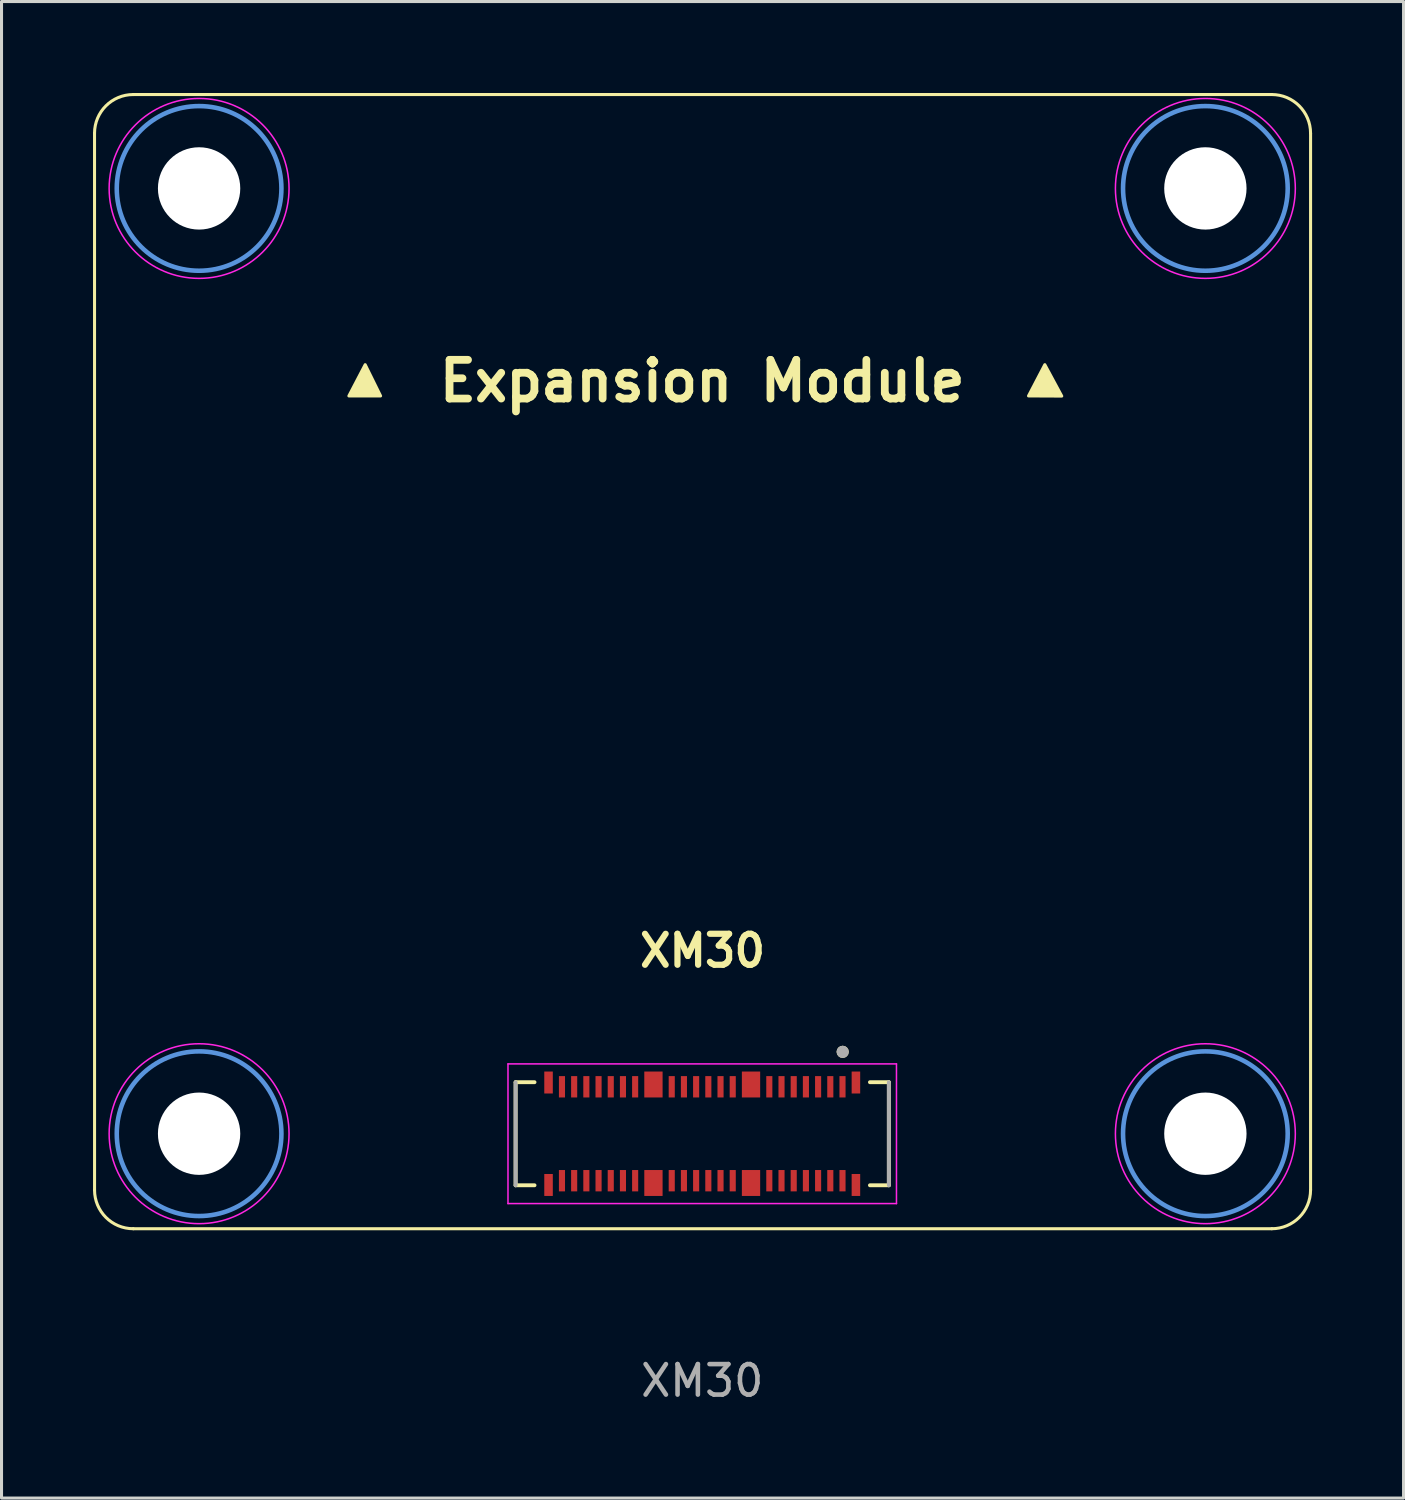
<source format=kicad_pcb>
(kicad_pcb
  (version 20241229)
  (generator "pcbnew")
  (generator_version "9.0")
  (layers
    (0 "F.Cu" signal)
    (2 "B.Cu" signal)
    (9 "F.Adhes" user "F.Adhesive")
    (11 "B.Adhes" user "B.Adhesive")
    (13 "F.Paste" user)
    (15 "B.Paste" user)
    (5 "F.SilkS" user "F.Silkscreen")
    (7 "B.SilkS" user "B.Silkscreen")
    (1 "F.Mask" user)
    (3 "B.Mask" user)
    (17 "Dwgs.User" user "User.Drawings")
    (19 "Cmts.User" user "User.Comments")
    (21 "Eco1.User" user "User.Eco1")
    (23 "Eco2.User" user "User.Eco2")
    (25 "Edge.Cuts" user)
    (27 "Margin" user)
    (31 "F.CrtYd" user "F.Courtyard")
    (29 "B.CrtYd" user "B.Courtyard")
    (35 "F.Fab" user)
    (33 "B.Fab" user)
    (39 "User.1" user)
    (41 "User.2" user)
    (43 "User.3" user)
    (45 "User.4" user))
  (footprint "XM30"
    (layer "F.Cu")
    (at 19.979 34.129)
    (property "Reference" "XM30" (at 0.01 -6 0) (unlocked yes) (layer "F.SilkS") (effects (font (size 1.016 1.016) (thickness 0.203) (bold yes))))
    (attr smd)
    (fp_rect (start -5.23 -2.089) (end -4.85 -1.269) (stroke (width 0.01) (type solid)) (fill yes) (layer "F.Mask"))
    (fp_rect (start -5.23 1.271) (end -4.85 2.091) (stroke (width 0.01) (type solid)) (fill yes) (layer "F.Mask"))
    (fp_rect (start -4.75 -1.939) (end -4.45 -1.139) (stroke (width 0.01) (type solid)) (fill yes) (layer "F.Mask"))
    (fp_rect (start -4.75 1.141) (end -4.45 1.941) (stroke (width 0.01) (type solid)) (fill yes) (layer "F.Mask"))
    (fp_rect (start -4.35 -1.939) (end -4.05 -1.139) (stroke (width 0.01) (type solid)) (fill yes) (layer "F.Mask"))
    (fp_rect (start -4.35 1.141) (end -4.05 1.941) (stroke (width 0.01) (type solid)) (fill yes) (layer "F.Mask"))
    (fp_rect (start -3.95 -1.939) (end -3.65 -1.139) (stroke (width 0.01) (type solid)) (fill yes) (layer "F.Mask"))
    (fp_rect (start -3.95 1.141) (end -3.65 1.941) (stroke (width 0.01) (type solid)) (fill yes) (layer "F.Mask"))
    (fp_rect (start -3.55 -1.939) (end -3.25 -1.139) (stroke (width 0.01) (type solid)) (fill yes) (layer "F.Mask"))
    (fp_rect (start -3.55 1.141) (end -3.25 1.941) (stroke (width 0.01) (type solid)) (fill yes) (layer "F.Mask"))
    (fp_rect (start -3.15 -1.939) (end -2.85 -1.139) (stroke (width 0.01) (type solid)) (fill yes) (layer "F.Mask"))
    (fp_rect (start -3.15 1.141) (end -2.85 1.941) (stroke (width 0.01) (type solid)) (fill yes) (layer "F.Mask"))
    (fp_rect (start -2.75 -1.939) (end -2.45 -1.139) (stroke (width 0.01) (type solid)) (fill yes) (layer "F.Mask"))
    (fp_rect (start -2.75 1.141) (end -2.45 1.941) (stroke (width 0.01) (type solid)) (fill yes) (layer "F.Mask"))
    (fp_rect (start -2.35 -1.939) (end -2.05 -1.139) (stroke (width 0.01) (type solid)) (fill yes) (layer "F.Mask"))
    (fp_rect (start -2.35 1.141) (end -2.05 1.941) (stroke (width 0.01) (type solid)) (fill yes) (layer "F.Mask"))
    (fp_rect (start -1.95 -2.089) (end -1.25 -1.139) (stroke (width 0.01) (type solid)) (fill yes) (layer "F.Mask"))
    (fp_rect (start -1.95 1.141) (end -1.25 2.091) (stroke (width 0.01) (type solid)) (fill yes) (layer "F.Mask"))
    (fp_rect (start -1.15 -1.939) (end -0.85 -1.139) (stroke (width 0.01) (type solid)) (fill yes) (layer "F.Mask"))
    (fp_rect (start -1.15 1.141) (end -0.85 1.941) (stroke (width 0.01) (type solid)) (fill yes) (layer "F.Mask"))
    (fp_rect (start -0.75 -1.939) (end -0.45 -1.139) (stroke (width 0.01) (type solid)) (fill yes) (layer "F.Mask"))
    (fp_rect (start -0.75 1.141) (end -0.45 1.941) (stroke (width 0.01) (type solid)) (fill yes) (layer "F.Mask"))
    (fp_rect (start -0.35 -1.939) (end -0.05 -1.139) (stroke (width 0.01) (type solid)) (fill yes) (layer "F.Mask"))
    (fp_rect (start -0.35 1.141) (end -0.05 1.941) (stroke (width 0.01) (type solid)) (fill yes) (layer "F.Mask"))
    (fp_rect (start 0.05 -1.939) (end 0.35 -1.139) (stroke (width 0.01) (type solid)) (fill yes) (layer "F.Mask"))
    (fp_rect (start 0.05 1.141) (end 0.35 1.941) (stroke (width 0.01) (type solid)) (fill yes) (layer "F.Mask"))
    (fp_rect (start 0.45 -1.939) (end 0.75 -1.139) (stroke (width 0.01) (type solid)) (fill yes) (layer "F.Mask"))
    (fp_rect (start 0.45 1.141) (end 0.75 1.941) (stroke (width 0.01) (type solid)) (fill yes) (layer "F.Mask"))
    (fp_rect (start 0.85 -1.939) (end 1.15 -1.139) (stroke (width 0.01) (type solid)) (fill yes) (layer "F.Mask"))
    (fp_rect (start 0.85 1.141) (end 1.15 1.941) (stroke (width 0.01) (type solid)) (fill yes) (layer "F.Mask"))
    (fp_rect (start 1.25 -2.089) (end 1.95 -1.139) (stroke (width 0.01) (type solid)) (fill yes) (layer "F.Mask"))
    (fp_rect (start 1.25 1.141) (end 1.95 2.091) (stroke (width 0.01) (type solid)) (fill yes) (layer "F.Mask"))
    (fp_rect (start 2.05 -1.939) (end 2.35 -1.139) (stroke (width 0.01) (type solid)) (fill yes) (layer "F.Mask"))
    (fp_rect (start 2.05 1.141) (end 2.35 1.941) (stroke (width 0.01) (type solid)) (fill yes) (layer "F.Mask"))
    (fp_rect (start 2.45 -1.939) (end 2.75 -1.139) (stroke (width 0.01) (type solid)) (fill yes) (layer "F.Mask"))
    (fp_rect (start 2.45 1.141) (end 2.75 1.941) (stroke (width 0.01) (type solid)) (fill yes) (layer "F.Mask"))
    (fp_rect (start 2.85 -1.939) (end 3.15 -1.139) (stroke (width 0.01) (type solid)) (fill yes) (layer "F.Mask"))
    (fp_rect (start 2.85 1.141) (end 3.15 1.941) (stroke (width 0.01) (type solid)) (fill yes) (layer "F.Mask"))
    (fp_rect (start 3.25 -1.939) (end 3.55 -1.139) (stroke (width 0.01) (type solid)) (fill yes) (layer "F.Mask"))
    (fp_rect (start 3.25 1.141) (end 3.55 1.941) (stroke (width 0.01) (type solid)) (fill yes) (layer "F.Mask"))
    (fp_rect (start 3.65 -1.939) (end 3.95 -1.139) (stroke (width 0.01) (type solid)) (fill yes) (layer "F.Mask"))
    (fp_rect (start 3.65 1.141) (end 3.95 1.941) (stroke (width 0.01) (type solid)) (fill yes) (layer "F.Mask"))
    (fp_rect (start 4.05 -1.939) (end 4.35 -1.139) (stroke (width 0.01) (type solid)) (fill yes) (layer "F.Mask"))
    (fp_rect (start 4.05 1.141) (end 4.35 1.941) (stroke (width 0.01) (type solid)) (fill yes) (layer "F.Mask"))
    (fp_rect (start 4.45 -1.939) (end 4.75 -1.139) (stroke (width 0.01) (type solid)) (fill yes) (layer "F.Mask"))
    (fp_rect (start 4.45 1.141) (end 4.75 1.941) (stroke (width 0.01) (type solid)) (fill yes) (layer "F.Mask"))
    (fp_rect (start 4.85 -2.089) (end 5.23 -1.269) (stroke (width 0.01) (type solid)) (fill yes) (layer "F.Mask"))
    (fp_rect (start 4.85 1.271) (end 5.23 2.091) (stroke (width 0.01) (type solid)) (fill yes) (layer "F.Mask"))
    (fp_line (start -19.928 1.846) (end -19.929 -32.809) (stroke (width 0.1) (type default)) (layer "F.SilkS"))
    (fp_line (start -18.659 -34.079) (end 18.68 -34.079) (stroke (width 0.1) (type default)) (layer "F.SilkS"))
    (fp_line (start -6.12 -1.689) (end -5.5 -1.689) (stroke (width 0.127) (type solid)) (layer "F.SilkS"))
    (fp_line (start -6.12 1.691) (end -6.12 -1.689) (stroke (width 0.127) (type solid)) (layer "F.SilkS"))
    (fp_line (start -5.5 1.691) (end -6.12 1.691) (stroke (width 0.127) (type solid)) (layer "F.SilkS"))
    (fp_line (start 5.5 1.691) (end 6.12 1.691) (stroke (width 0.127) (type solid)) (layer "F.SilkS"))
    (fp_line (start 6.12 -1.689) (end 5.5 -1.689) (stroke (width 0.127) (type solid)) (layer "F.SilkS"))
    (fp_line (start 6.12 1.691) (end 6.12 -1.689) (stroke (width 0.127) (type solid)) (layer "F.SilkS"))
    (fp_line (start 18.68 3.116) (end -18.658 3.116) (stroke (width 0.1) (type default)) (layer "F.SilkS"))
    (fp_line (start 19.95 -32.809) (end 19.95 1.846) (stroke (width 0.1) (type default)) (layer "F.SilkS"))
    (fp_arc (start -19.928971 -32.808532) (mid -19.556997 -33.706558) (end -18.658971 -34.078532) (stroke (width 0.1) (type default)) (layer "F.SilkS"))
    (fp_arc (start -18.658472 3.115818) (mid -19.556498 2.743844) (end -19.928472 1.845818) (stroke (width 0.1) (type default)) (layer "F.SilkS"))
    (fp_arc (start 18.679528 -34.078515) (mid 19.577561 -33.706547) (end 19.949528 -32.808515) (stroke (width 0.1) (type default)) (layer "F.SilkS"))
    (fp_arc (start 19.949528 1.845818) (mid 19.577546 2.743824) (end 18.679528 3.115818) (stroke (width 0.1) (type default)) (layer "F.SilkS"))
    (fp_circle (center 4.606 -2.685) (end 4.706 -2.685) (stroke (width 0.2) (type solid)) (fill no) (layer "F.SilkS"))
    (fp_poly (pts (xy -11.588 -24.195) (xy -11.053 -25.22) (xy -10.548 -24.195)) (stroke (width 0.1) (type solid)) (fill yes) (layer "F.SilkS"))
    (fp_poly (pts (xy 10.7 -24.195) (xy 11.235 -25.22) (xy 11.79 -24.19)) (stroke (width 0.1) (type solid)) (fill yes) (layer "F.SilkS"))
    (fp_circle (center -16.5 -31) (end -13.8 -31) (stroke (width 0.15) (type solid)) (fill no) (layer "Cmts.User"))
    (fp_circle (center -16.5 0) (end -13.8 0) (stroke (width 0.15) (type solid)) (fill no) (layer "Cmts.User"))
    (fp_circle (center 16.5 -31) (end 19.2 -31) (stroke (width 0.15) (type solid)) (fill no) (layer "Cmts.User"))
    (fp_circle (center 16.5 0) (end 19.2 0) (stroke (width 0.15) (type solid)) (fill no) (layer "Cmts.User"))
    (fp_line (start -6.37 -2.289) (end 6.37 -2.289) (stroke (width 0.05) (type solid)) (layer "F.CrtYd"))
    (fp_line (start -6.37 2.291) (end -6.37 -2.289) (stroke (width 0.05) (type solid)) (layer "F.CrtYd"))
    (fp_line (start 6.37 -2.289) (end 6.37 2.291) (stroke (width 0.05) (type solid)) (layer "F.CrtYd"))
    (fp_line (start 6.37 2.291) (end -6.37 2.291) (stroke (width 0.05) (type solid)) (layer "F.CrtYd"))
    (fp_circle (center -16.5 -31) (end -13.55 -31) (stroke (width 0.05) (type solid)) (fill no) (layer "F.CrtYd"))
    (fp_circle (center -16.5 0) (end -13.55 0) (stroke (width 0.05) (type solid)) (fill no) (layer "F.CrtYd"))
    (fp_circle (center 16.5 -31) (end 19.45 -31) (stroke (width 0.05) (type solid)) (fill no) (layer "F.CrtYd"))
    (fp_circle (center 16.5 0) (end 19.45 0) (stroke (width 0.05) (type solid)) (fill no) (layer "F.CrtYd"))
    (fp_line (start -6.12 1.691) (end -6.12 -1.689) (stroke (width 0.127) (type solid)) (layer "F.Fab"))
    (fp_line (start 6.12 -1.689) (end 6.12 1.691) (stroke (width 0.127) (type solid)) (layer "F.Fab"))
    (fp_circle (center 4.606 -2.685) (end 4.706 -2.685) (stroke (width 0.2) (type solid)) (fill no) (layer "F.Fab"))
    (fp_text user "Expansion Module" (at -8.755 -23.94 0) (unlocked yes) (layer "F.SilkS") (effects (font (size 1.27 1.27) (thickness 0.254) (bold yes)) (justify left bottom)))
    (fp_text user "${REFERENCE}" (at 0 8.1 0) (unlocked yes) (layer "F.Fab") (effects (font (size 1 1) (thickness 0.15))))
    (pad "" np_thru_hole circle (at -16.5 -31) (size 2.7 2.7) (drill 2.7) (layers "*.Cu" "*.Mask"))
    (pad "" np_thru_hole circle (at -16.5 0) (size 2.7 2.7) (drill 2.7) (layers "*.Cu" "*.Mask"))
    (pad "" np_thru_hole circle (at 16.5 -31) (size 2.7 2.7) (drill 2.7) (layers "*.Cu" "*.Mask"))
    (pad "" np_thru_hole circle (at 16.5 0) (size 2.7 2.7) (drill 2.7) (layers "*.Cu" "*.Mask"))
    (pad "1" smd rect (at 4.6 -1.539 180) (size 0.2 0.7) (layers "F.Cu" "F.Paste"))
    (pad "2" smd rect (at 4.6 1.541 180) (size 0.2 0.7) (layers "F.Cu" "F.Paste"))
    (pad "3" smd rect (at 4.2 -1.539 180) (size 0.2 0.7) (layers "F.Cu" "F.Paste"))
    (pad "4" smd rect (at 4.2 1.541 180) (size 0.2 0.7) (layers "F.Cu" "F.Paste"))
    (pad "5" smd rect (at 3.8 -1.539 180) (size 0.2 0.7) (layers "F.Cu" "F.Paste"))
    (pad "6" smd rect (at 3.8 1.541 180) (size 0.2 0.7) (layers "F.Cu" "F.Paste"))
    (pad "7" smd rect (at 3.4 -1.539 180) (size 0.2 0.7) (layers "F.Cu" "F.Paste"))
    (pad "8" smd rect (at 3.4 1.541 180) (size 0.2 0.7) (layers "F.Cu" "F.Paste"))
    (pad "9" smd rect (at 3 -1.539 180) (size 0.2 0.7) (layers "F.Cu" "F.Paste"))
    (pad "10" smd rect (at 3 1.541 180) (size 0.2 0.7) (layers "F.Cu" "F.Paste"))
    (pad "11" smd rect (at 2.6 -1.539 180) (size 0.2 0.7) (layers "F.Cu" "F.Paste"))
    (pad "12" smd rect (at 2.6 1.541 180) (size 0.2 0.7) (layers "F.Cu" "F.Paste"))
    (pad "13" smd rect (at 2.2 -1.539 180) (size 0.2 0.7) (layers "F.Cu" "F.Paste"))
    (pad "14" smd rect (at 2.2 1.541 180) (size 0.2 0.7) (layers "F.Cu" "F.Paste"))
    (pad "15" smd rect (at 1 -1.539 180) (size 0.2 0.7) (layers "F.Cu" "F.Paste"))
    (pad "16" smd rect (at 1 1.541 180) (size 0.2 0.7) (layers "F.Cu" "F.Paste"))
    (pad "17" smd rect (at 0.6 -1.539 180) (size 0.2 0.7) (layers "F.Cu" "F.Paste"))
    (pad "18" smd rect (at 0.6 1.541 180) (size 0.2 0.7) (layers "F.Cu" "F.Paste"))
    (pad "19" smd rect (at 0.2 -1.539 180) (size 0.2 0.7) (layers "F.Cu" "F.Paste"))
    (pad "20" smd rect (at 0.2 1.541 180) (size 0.2 0.7) (layers "F.Cu" "F.Paste"))
    (pad "21" smd rect (at -0.2 -1.539 180) (size 0.2 0.7) (layers "F.Cu" "F.Paste"))
    (pad "22" smd rect (at -0.2 1.541 180) (size 0.2 0.7) (layers "F.Cu" "F.Paste"))
    (pad "23" smd rect (at -0.6 -1.539 180) (size 0.2 0.7) (layers "F.Cu" "F.Paste"))
    (pad "24" smd rect (at -0.6 1.541 180) (size 0.2 0.7) (layers "F.Cu" "F.Paste"))
    (pad "25" smd rect (at -1 -1.539 180) (size 0.2 0.7) (layers "F.Cu" "F.Paste"))
    (pad "26" smd rect (at -1 1.541 180) (size 0.2 0.7) (layers "F.Cu" "F.Paste"))
    (pad "27" smd rect (at -2.2 -1.539 180) (size 0.2 0.7) (layers "F.Cu" "F.Paste"))
    (pad "28" smd rect (at -2.2 1.541 180) (size 0.2 0.7) (layers "F.Cu" "F.Paste"))
    (pad "29" smd rect (at -2.6 -1.539 180) (size 0.2 0.7) (layers "F.Cu" "F.Paste"))
    (pad "30" smd rect (at -2.6 1.541 180) (size 0.2 0.7) (layers "F.Cu" "F.Paste"))
    (pad "31" smd rect (at -3 -1.539 180) (size 0.2 0.7) (layers "F.Cu" "F.Paste"))
    (pad "32" smd rect (at -3 1.541 180) (size 0.2 0.7) (layers "F.Cu" "F.Paste"))
    (pad "33" smd rect (at -3.4 -1.539 180) (size 0.2 0.7) (layers "F.Cu" "F.Paste"))
    (pad "34" smd rect (at -3.4 1.541 180) (size 0.2 0.7) (layers "F.Cu" "F.Paste"))
    (pad "35" smd rect (at -3.8 -1.539 180) (size 0.2 0.7) (layers "F.Cu" "F.Paste"))
    (pad "36" smd rect (at -3.8 1.541 180) (size 0.2 0.7) (layers "F.Cu" "F.Paste"))
    (pad "37" smd rect (at -4.2 -1.539 180) (size 0.2 0.7) (layers "F.Cu" "F.Paste"))
    (pad "38" smd rect (at -4.2 1.541 180) (size 0.2 0.7) (layers "F.Cu" "F.Paste"))
    (pad "39" smd rect (at -4.6 -1.539 180) (size 0.2 0.7) (layers "F.Cu" "F.Paste"))
    (pad "40" smd rect (at -4.6 1.541 180) (size 0.2 0.7) (layers "F.Cu" "F.Paste"))
    (pad "G1" smd rect (at 5.04 -1.679 180) (size 0.28 0.72) (layers "F.Cu" "F.Paste"))
    (pad "G2" smd rect (at 5.04 1.681 180) (size 0.28 0.72) (layers "F.Cu" "F.Paste"))
    (pad "G3" smd rect (at 1.6 -1.614 180) (size 0.6 0.85) (layers "F.Cu" "F.Paste"))
    (pad "G4" smd rect (at 1.6 1.616 180) (size 0.6 0.85) (layers "F.Cu" "F.Paste"))
    (pad "G5" smd rect (at -1.6 -1.614 180) (size 0.6 0.85) (layers "F.Cu" "F.Paste"))
    (pad "G6" smd rect (at -1.6 1.616 180) (size 0.6 0.85) (layers "F.Cu" "F.Paste"))
    (pad "G7" smd rect (at -5.04 -1.679 180) (size 0.28 0.72) (layers "F.Cu" "F.Paste"))
    (pad "G8" smd rect (at -5.04 1.681 180) (size 0.28 0.72) (layers "F.Cu" "F.Paste"))
    (zone (net_name "") (layer "F.Cu") (hatch full 0.508) (connect_pads) (min_thickness 0.01) (filled_areas_thickness no) (keepout (tracks not_allowed) (vias not_allowed) (pads not_allowed) (copperpour not_allowed) (footprints allowed)) (placement (enabled no)) (fill) (polygon (pts (xy 15.479 33.379) (xy 15.279 33.379) (xy 15.279 32.939) (xy 15.479 32.939))))
    (zone (net_name "") (layer "F.Cu") (hatch full 0.508) (connect_pads) (min_thickness 0.01) (filled_areas_thickness no) (keepout (tracks not_allowed) (vias not_allowed) (pads not_allowed) (copperpour not_allowed) (footprints allowed)) (placement (enabled no)) (fill) (polygon (pts (xy 15.479 35.319) (xy 15.279 35.319) (xy 15.279 34.879) (xy 15.479 34.879))))
    (zone (net_name "") (layer "F.Cu") (hatch full 0.508) (connect_pads) (min_thickness 0.01) (filled_areas_thickness no) (keepout (tracks not_allowed) (vias not_allowed) (pads not_allowed) (copperpour not_allowed) (footprints allowed)) (placement (enabled no)) (fill) (polygon (pts (xy 15.879 33.379) (xy 15.679 33.379) (xy 15.679 32.939) (xy 15.879 32.939))))
    (zone (net_name "") (layer "F.Cu") (hatch full 0.508) (connect_pads) (min_thickness 0.01) (filled_areas_thickness no) (keepout (tracks not_allowed) (vias not_allowed) (pads not_allowed) (copperpour not_allowed) (footprints allowed)) (placement (enabled no)) (fill) (polygon (pts (xy 15.879 35.319) (xy 15.679 35.319) (xy 15.679 34.879) (xy 15.879 34.879))))
    (zone (net_name "") (layer "F.Cu") (hatch full 0.508) (connect_pads) (min_thickness 0.01) (filled_areas_thickness no) (keepout (tracks not_allowed) (vias not_allowed) (pads not_allowed) (copperpour not_allowed) (footprints allowed)) (placement (enabled no)) (fill) (polygon (pts (xy 16.279 33.379) (xy 16.079 33.379) (xy 16.079 32.939) (xy 16.279 32.939))))
    (zone (net_name "") (layer "F.Cu") (hatch full 0.508) (connect_pads) (min_thickness 0.01) (filled_areas_thickness no) (keepout (tracks not_allowed) (vias not_allowed) (pads not_allowed) (copperpour not_allowed) (footprints allowed)) (placement (enabled no)) (fill) (polygon (pts (xy 16.279 35.319) (xy 16.079 35.319) (xy 16.079 34.879) (xy 16.279 34.879))))
    (zone (net_name "") (layer "F.Cu") (hatch full 0.508) (connect_pads) (min_thickness 0.01) (filled_areas_thickness no) (keepout (tracks not_allowed) (vias not_allowed) (pads not_allowed) (copperpour not_allowed) (footprints allowed)) (placement (enabled no)) (fill) (polygon (pts (xy 16.679 33.379) (xy 16.479 33.379) (xy 16.479 32.939) (xy 16.679 32.939))))
    (zone (net_name "") (layer "F.Cu") (hatch full 0.508) (connect_pads) (min_thickness 0.01) (filled_areas_thickness no) (keepout (tracks not_allowed) (vias not_allowed) (pads not_allowed) (copperpour not_allowed) (footprints allowed)) (placement (enabled no)) (fill) (polygon (pts (xy 16.679 35.319) (xy 16.479 35.319) (xy 16.479 34.879) (xy 16.679 34.879))))
    (zone (net_name "") (layer "F.Cu") (hatch full 0.508) (connect_pads) (min_thickness 0.01) (filled_areas_thickness no) (keepout (tracks not_allowed) (vias not_allowed) (pads not_allowed) (copperpour not_allowed) (footprints allowed)) (placement (enabled no)) (fill) (polygon (pts (xy 17.079 33.379) (xy 16.879 33.379) (xy 16.879 32.939) (xy 17.079 32.939))))
    (zone (net_name "") (layer "F.Cu") (hatch full 0.508) (connect_pads) (min_thickness 0.01) (filled_areas_thickness no) (keepout (tracks not_allowed) (vias not_allowed) (pads not_allowed) (copperpour not_allowed) (footprints allowed)) (placement (enabled no)) (fill) (polygon (pts (xy 17.079 35.319) (xy 16.879 35.319) (xy 16.879 34.879) (xy 17.079 34.879))))
    (zone (net_name "") (layer "F.Cu") (hatch full 0.508) (connect_pads) (min_thickness 0.01) (filled_areas_thickness no) (keepout (tracks not_allowed) (vias not_allowed) (pads not_allowed) (copperpour not_allowed) (footprints allowed)) (placement (enabled no)) (fill) (polygon (pts (xy 17.479 33.379) (xy 17.279 33.379) (xy 17.279 32.939) (xy 17.479 32.939))))
    (zone (net_name "") (layer "F.Cu") (hatch full 0.508) (connect_pads) (min_thickness 0.01) (filled_areas_thickness no) (keepout (tracks not_allowed) (vias not_allowed) (pads not_allowed) (copperpour not_allowed) (footprints allowed)) (placement (enabled no)) (fill) (polygon (pts (xy 17.479 35.319) (xy 17.279 35.319) (xy 17.279 34.879) (xy 17.479 34.879))))
    (zone (net_name "") (layer "F.Cu") (hatch full 0.508) (connect_pads) (min_thickness 0.01) (filled_areas_thickness no) (keepout (tracks not_allowed) (vias not_allowed) (pads not_allowed) (copperpour not_allowed) (footprints allowed)) (placement (enabled no)) (fill) (polygon (pts (xy 17.879 33.379) (xy 17.679 33.379) (xy 17.679 32.939) (xy 17.879 32.939))))
    (zone (net_name "") (layer "F.Cu") (hatch full 0.508) (connect_pads) (min_thickness 0.01) (filled_areas_thickness no) (keepout (tracks not_allowed) (vias not_allowed) (pads not_allowed) (copperpour not_allowed) (footprints allowed)) (placement (enabled no)) (fill) (polygon (pts (xy 17.879 35.319) (xy 17.679 35.319) (xy 17.679 34.879) (xy 17.879 34.879))))
    (zone (net_name "") (layer "F.Cu") (hatch full 0.508) (connect_pads) (min_thickness 0.01) (filled_areas_thickness no) (keepout (tracks not_allowed) (vias not_allowed) (pads not_allowed) (copperpour not_allowed) (footprints allowed)) (placement (enabled no)) (fill) (polygon (pts (xy 18.279 33.379) (xy 18.079 33.379) (xy 18.079 32.939) (xy 18.279 32.939))))
    (zone (net_name "") (layer "F.Cu") (hatch full 0.508) (connect_pads) (min_thickness 0.01) (filled_areas_thickness no) (keepout (tracks not_allowed) (vias not_allowed) (pads not_allowed) (copperpour not_allowed) (footprints allowed)) (placement (enabled no)) (fill) (polygon (pts (xy 18.279 35.319) (xy 18.079 35.319) (xy 18.079 34.879) (xy 18.279 34.879))))
    (zone (net_name "") (layer "F.Cu") (hatch full 0.508) (connect_pads) (min_thickness 0.01) (filled_areas_thickness no) (keepout (tracks not_allowed) (vias not_allowed) (pads not_allowed) (copperpour not_allowed) (footprints allowed)) (placement (enabled no)) (fill) (polygon (pts (xy 18.679 33.379) (xy 18.479 33.379) (xy 18.479 32.939) (xy 18.679 32.939))))
    (zone (net_name "") (layer "F.Cu") (hatch full 0.508) (connect_pads) (min_thickness 0.01) (filled_areas_thickness no) (keepout (tracks not_allowed) (vias not_allowed) (pads not_allowed) (copperpour not_allowed) (footprints allowed)) (placement (enabled no)) (fill) (polygon (pts (xy 18.679 35.319) (xy 18.479 35.319) (xy 18.479 34.879) (xy 18.679 34.879))))
    (zone (net_name "") (layer "F.Cu") (hatch full 0.508) (connect_pads) (min_thickness 0.01) (filled_areas_thickness no) (keepout (tracks not_allowed) (vias not_allowed) (pads not_allowed) (copperpour not_allowed) (footprints allowed)) (placement (enabled no)) (fill) (polygon (pts (xy 19.079 33.379) (xy 18.879 33.379) (xy 18.879 32.939) (xy 19.079 32.939))))
    (zone (net_name "") (layer "F.Cu") (hatch full 0.508) (connect_pads) (min_thickness 0.01) (filled_areas_thickness no) (keepout (tracks not_allowed) (vias not_allowed) (pads not_allowed) (copperpour not_allowed) (footprints allowed)) (placement (enabled no)) (fill) (polygon (pts (xy 19.079 35.319) (xy 18.879 35.319) (xy 18.879 34.879) (xy 19.079 34.879))))
    (zone (net_name "") (layer "F.Cu") (hatch full 0.508) (connect_pads) (min_thickness 0.01) (filled_areas_thickness no) (keepout (tracks not_allowed) (vias not_allowed) (pads not_allowed) (copperpour not_allowed) (footprints allowed)) (placement (enabled no)) (fill) (polygon (pts (xy 19.479 33.379) (xy 19.279 33.379) (xy 19.279 32.939) (xy 19.479 32.939))))
    (zone (net_name "") (layer "F.Cu") (hatch full 0.508) (connect_pads) (min_thickness 0.01) (filled_areas_thickness no) (keepout (tracks not_allowed) (vias not_allowed) (pads not_allowed) (copperpour not_allowed) (footprints allowed)) (placement (enabled no)) (fill) (polygon (pts (xy 19.479 35.319) (xy 19.279 35.319) (xy 19.279 34.879) (xy 19.479 34.879))))
    (zone (net_name "") (layer "F.Cu") (hatch full 0.508) (connect_pads) (min_thickness 0.01) (filled_areas_thickness no) (keepout (tracks not_allowed) (vias not_allowed) (pads not_allowed) (copperpour not_allowed) (footprints allowed)) (placement (enabled no)) (fill) (polygon (pts (xy 19.879 33.379) (xy 19.679 33.379) (xy 19.679 32.939) (xy 19.879 32.939))))
    (zone (net_name "") (layer "F.Cu") (hatch full 0.508) (connect_pads) (min_thickness 0.01) (filled_areas_thickness no) (keepout (tracks not_allowed) (vias not_allowed) (pads not_allowed) (copperpour not_allowed) (footprints allowed)) (placement (enabled no)) (fill) (polygon (pts (xy 19.879 35.319) (xy 19.679 35.319) (xy 19.679 34.879) (xy 19.879 34.879))))
    (zone (net_name "") (layer "F.Cu") (hatch full 0.508) (connect_pads) (min_thickness 0.01) (filled_areas_thickness no) (keepout (tracks not_allowed) (vias not_allowed) (pads not_allowed) (copperpour not_allowed) (footprints allowed)) (placement (enabled no)) (fill) (polygon (pts (xy 20.279 33.379) (xy 20.079 33.379) (xy 20.079 32.939) (xy 20.279 32.939))))
    (zone (net_name "") (layer "F.Cu") (hatch full 0.508) (connect_pads) (min_thickness 0.01) (filled_areas_thickness no) (keepout (tracks not_allowed) (vias not_allowed) (pads not_allowed) (copperpour not_allowed) (footprints allowed)) (placement (enabled no)) (fill) (polygon (pts (xy 20.279 35.319) (xy 20.079 35.319) (xy 20.079 34.879) (xy 20.279 34.879))))
    (zone (net_name "") (layer "F.Cu") (hatch full 0.508) (connect_pads) (min_thickness 0.01) (filled_areas_thickness no) (keepout (tracks not_allowed) (vias not_allowed) (pads not_allowed) (copperpour not_allowed) (footprints allowed)) (placement (enabled no)) (fill) (polygon (pts (xy 20.679 33.379) (xy 20.479 33.379) (xy 20.479 32.939) (xy 20.679 32.939))))
    (zone (net_name "") (layer "F.Cu") (hatch full 0.508) (connect_pads) (min_thickness 0.01) (filled_areas_thickness no) (keepout (tracks not_allowed) (vias not_allowed) (pads not_allowed) (copperpour not_allowed) (footprints allowed)) (placement (enabled no)) (fill) (polygon (pts (xy 20.679 35.319) (xy 20.479 35.319) (xy 20.479 34.879) (xy 20.679 34.879))))
    (zone (net_name "") (layer "F.Cu") (hatch full 0.508) (connect_pads) (min_thickness 0.01) (filled_areas_thickness no) (keepout (tracks not_allowed) (vias not_allowed) (pads not_allowed) (copperpour not_allowed) (footprints allowed)) (placement (enabled no)) (fill) (polygon (pts (xy 21.079 33.379) (xy 20.879 33.379) (xy 20.879 32.939) (xy 21.079 32.939))))
    (zone (net_name "") (layer "F.Cu") (hatch full 0.508) (connect_pads) (min_thickness 0.01) (filled_areas_thickness no) (keepout (tracks not_allowed) (vias not_allowed) (pads not_allowed) (copperpour not_allowed) (footprints allowed)) (placement (enabled no)) (fill) (polygon (pts (xy 21.079 35.319) (xy 20.879 35.319) (xy 20.879 34.879) (xy 21.079 34.879))))
    (zone (net_name "") (layer "F.Cu") (hatch full 0.508) (connect_pads) (min_thickness 0.01) (filled_areas_thickness no) (keepout (tracks not_allowed) (vias not_allowed) (pads not_allowed) (copperpour not_allowed) (footprints allowed)) (placement (enabled no)) (fill) (polygon (pts (xy 21.479 33.379) (xy 21.279 33.379) (xy 21.279 32.939) (xy 21.479 32.939))))
    (zone (net_name "") (layer "F.Cu") (hatch full 0.508) (connect_pads) (min_thickness 0.01) (filled_areas_thickness no) (keepout (tracks not_allowed) (vias not_allowed) (pads not_allowed) (copperpour not_allowed) (footprints allowed)) (placement (enabled no)) (fill) (polygon (pts (xy 21.479 35.319) (xy 21.279 35.319) (xy 21.279 34.879) (xy 21.479 34.879))))
    (zone (net_name "") (layer "F.Cu") (hatch full 0.508) (connect_pads) (min_thickness 0.01) (filled_areas_thickness no) (keepout (tracks not_allowed) (vias not_allowed) (pads not_allowed) (copperpour not_allowed) (footprints allowed)) (placement (enabled no)) (fill) (polygon (pts (xy 21.879 33.379) (xy 21.679 33.379) (xy 21.679 32.939) (xy 21.879 32.939))))
    (zone (net_name "") (layer "F.Cu") (hatch full 0.508) (connect_pads) (min_thickness 0.01) (filled_areas_thickness no) (keepout (tracks not_allowed) (vias not_allowed) (pads not_allowed) (copperpour not_allowed) (footprints allowed)) (placement (enabled no)) (fill) (polygon (pts (xy 21.879 35.319) (xy 21.679 35.319) (xy 21.679 34.879) (xy 21.879 34.879))))
    (zone (net_name "") (layer "F.Cu") (hatch full 0.508) (connect_pads) (min_thickness 0.01) (filled_areas_thickness no) (keepout (tracks not_allowed) (vias not_allowed) (pads not_allowed) (copperpour not_allowed) (footprints allowed)) (placement (enabled no)) (fill) (polygon (pts (xy 22.279 33.379) (xy 22.079 33.379) (xy 22.079 32.939) (xy 22.279 32.939))))
    (zone (net_name "") (layer "F.Cu") (hatch full 0.508) (connect_pads) (min_thickness 0.01) (filled_areas_thickness no) (keepout (tracks not_allowed) (vias not_allowed) (pads not_allowed) (copperpour not_allowed) (footprints allowed)) (placement (enabled no)) (fill) (polygon (pts (xy 22.279 35.319) (xy 22.079 35.319) (xy 22.079 34.879) (xy 22.279 34.879))))
    (zone (net_name "") (layer "F.Cu") (hatch full 0.508) (connect_pads) (min_thickness 0.01) (filled_areas_thickness no) (keepout (tracks not_allowed) (vias not_allowed) (pads not_allowed) (copperpour not_allowed) (footprints allowed)) (placement (enabled no)) (fill) (polygon (pts (xy 22.679 33.379) (xy 22.479 33.379) (xy 22.479 32.939) (xy 22.679 32.939))))
    (zone (net_name "") (layer "F.Cu") (hatch full 0.508) (connect_pads) (min_thickness 0.01) (filled_areas_thickness no) (keepout (tracks not_allowed) (vias not_allowed) (pads not_allowed) (copperpour not_allowed) (footprints allowed)) (placement (enabled no)) (fill) (polygon (pts (xy 22.679 35.319) (xy 22.479 35.319) (xy 22.479 34.879) (xy 22.679 34.879))))
    (zone (net_name "") (layer "F.Cu") (hatch full 0.508) (connect_pads) (min_thickness 0.01) (filled_areas_thickness no) (keepout (tracks not_allowed) (vias not_allowed) (pads not_allowed) (copperpour not_allowed) (footprints allowed)) (placement (enabled no)) (fill) (polygon (pts (xy 23.079 33.379) (xy 22.879 33.379) (xy 22.879 32.939) (xy 23.079 32.939))))
    (zone (net_name "") (layer "F.Cu") (hatch full 0.508) (connect_pads) (min_thickness 0.01) (filled_areas_thickness no) (keepout (tracks not_allowed) (vias not_allowed) (pads not_allowed) (copperpour not_allowed) (footprints allowed)) (placement (enabled no)) (fill) (polygon (pts (xy 23.079 35.319) (xy 22.879 35.319) (xy 22.879 34.879) (xy 23.079 34.879))))
    (zone (net_name "") (layer "F.Cu") (hatch full 0.508) (connect_pads) (min_thickness 0.01) (filled_areas_thickness no) (keepout (tracks not_allowed) (vias not_allowed) (pads not_allowed) (copperpour not_allowed) (footprints allowed)) (placement (enabled no)) (fill) (polygon (pts (xy 23.479 33.379) (xy 23.279 33.379) (xy 23.279 32.939) (xy 23.479 32.939))))
    (zone (net_name "") (layer "F.Cu") (hatch full 0.508) (connect_pads) (min_thickness 0.01) (filled_areas_thickness no) (keepout (tracks not_allowed) (vias not_allowed) (pads not_allowed) (copperpour not_allowed) (footprints allowed)) (placement (enabled no)) (fill) (polygon (pts (xy 23.479 35.319) (xy 23.279 35.319) (xy 23.279 34.879) (xy 23.479 34.879))))
    (zone (net_name "") (layer "F.Cu") (hatch full 0.508) (connect_pads) (min_thickness 0.01) (filled_areas_thickness no) (keepout (tracks not_allowed) (vias not_allowed) (pads not_allowed) (copperpour not_allowed) (footprints allowed)) (placement (enabled no)) (fill) (polygon (pts (xy 23.879 33.379) (xy 23.679 33.379) (xy 23.679 32.939) (xy 23.879 32.939))))
    (zone (net_name "") (layer "F.Cu") (hatch full 0.508) (connect_pads) (min_thickness 0.01) (filled_areas_thickness no) (keepout (tracks not_allowed) (vias not_allowed) (pads not_allowed) (copperpour not_allowed) (footprints allowed)) (placement (enabled no)) (fill) (polygon (pts (xy 23.879 35.319) (xy 23.679 35.319) (xy 23.679 34.879) (xy 23.879 34.879))))
    (zone (net_name "") (layer "F.Cu") (hatch full 0.508) (connect_pads) (min_thickness 0.01) (filled_areas_thickness no) (keepout (tracks not_allowed) (vias not_allowed) (pads not_allowed) (copperpour not_allowed) (footprints allowed)) (placement (enabled no)) (fill) (polygon (pts (xy 24.279 33.379) (xy 24.079 33.379) (xy 24.079 32.939) (xy 24.279 32.939))))
    (zone (net_name "") (layer "F.Cu") (hatch full 0.508) (connect_pads) (min_thickness 0.01) (filled_areas_thickness no) (keepout (tracks not_allowed) (vias not_allowed) (pads not_allowed) (copperpour not_allowed) (footprints allowed)) (placement (enabled no)) (fill) (polygon (pts (xy 24.279 35.319) (xy 24.079 35.319) (xy 24.079 34.879) (xy 24.279 34.879))))
    (zone (net_name "") (layer "F.Cu") (hatch full 0.508) (connect_pads) (min_thickness 0.01) (filled_areas_thickness no) (keepout (tracks not_allowed) (vias not_allowed) (pads not_allowed) (copperpour not_allowed) (footprints allowed)) (placement (enabled no)) (fill) (polygon (pts (xy 24.679 33.379) (xy 24.479 33.379) (xy 24.479 32.939) (xy 24.679 32.939))))
    (zone (net_name "") (layer "F.Cu") (hatch full 0.508) (connect_pads) (min_thickness 0.01) (filled_areas_thickness no) (keepout (tracks not_allowed) (vias not_allowed) (pads not_allowed) (copperpour not_allowed) (footprints allowed)) (placement (enabled no)) (fill) (polygon (pts (xy 24.679 35.319) (xy 24.479 35.319) (xy 24.479 34.879) (xy 24.679 34.879))))
    (zone (net_name "") (layers "F.Cu" "B.Cu") (hatch full 0.508) (connect_pads) (min_thickness 0.01) (filled_areas_thickness no) (keepout (tracks allowed) (vias not_allowed) (pads allowed) (copperpour allowed) (footprints allowed)) (placement (enabled no)) (fill) (polygon (pts (xy 15.479 33.379) (xy 15.279 33.379) (xy 15.279 32.939) (xy 15.479 32.939))))
    (zone (net_name "") (layers "F.Cu" "B.Cu") (hatch full 0.508) (connect_pads) (min_thickness 0.01) (filled_areas_thickness no) (keepout (tracks allowed) (vias not_allowed) (pads allowed) (copperpour allowed) (footprints allowed)) (placement (enabled no)) (fill) (polygon (pts (xy 15.479 35.319) (xy 15.279 35.319) (xy 15.279 34.879) (xy 15.479 34.879))))
    (zone (net_name "") (layers "F.Cu" "B.Cu") (hatch full 0.508) (connect_pads) (min_thickness 0.01) (filled_areas_thickness no) (keepout (tracks allowed) (vias not_allowed) (pads allowed) (copperpour allowed) (footprints allowed)) (placement (enabled no)) (fill) (polygon (pts (xy 15.879 33.379) (xy 15.679 33.379) (xy 15.679 32.939) (xy 15.879 32.939))))
    (zone (net_name "") (layers "F.Cu" "B.Cu") (hatch full 0.508) (connect_pads) (min_thickness 0.01) (filled_areas_thickness no) (keepout (tracks allowed) (vias not_allowed) (pads allowed) (copperpour allowed) (footprints allowed)) (placement (enabled no)) (fill) (polygon (pts (xy 15.879 35.319) (xy 15.679 35.319) (xy 15.679 34.879) (xy 15.879 34.879))))
    (zone (net_name "") (layers "F.Cu" "B.Cu") (hatch full 0.508) (connect_pads) (min_thickness 0.01) (filled_areas_thickness no) (keepout (tracks allowed) (vias not_allowed) (pads allowed) (copperpour allowed) (footprints allowed)) (placement (enabled no)) (fill) (polygon (pts (xy 16.279 33.379) (xy 16.079 33.379) (xy 16.079 32.939) (xy 16.279 32.939))))
    (zone (net_name "") (layers "F.Cu" "B.Cu") (hatch full 0.508) (connect_pads) (min_thickness 0.01) (filled_areas_thickness no) (keepout (tracks allowed) (vias not_allowed) (pads allowed) (copperpour allowed) (footprints allowed)) (placement (enabled no)) (fill) (polygon (pts (xy 16.279 35.319) (xy 16.079 35.319) (xy 16.079 34.879) (xy 16.279 34.879))))
    (zone (net_name "") (layers "F.Cu" "B.Cu") (hatch full 0.508) (connect_pads) (min_thickness 0.01) (filled_areas_thickness no) (keepout (tracks allowed) (vias not_allowed) (pads allowed) (copperpour allowed) (footprints allowed)) (placement (enabled no)) (fill) (polygon (pts (xy 16.679 33.379) (xy 16.479 33.379) (xy 16.479 32.939) (xy 16.679 32.939))))
    (zone (net_name "") (layers "F.Cu" "B.Cu") (hatch full 0.508) (connect_pads) (min_thickness 0.01) (filled_areas_thickness no) (keepout (tracks allowed) (vias not_allowed) (pads allowed) (copperpour allowed) (footprints allowed)) (placement (enabled no)) (fill) (polygon (pts (xy 16.679 35.319) (xy 16.479 35.319) (xy 16.479 34.879) (xy 16.679 34.879))))
    (zone (net_name "") (layers "F.Cu" "B.Cu") (hatch full 0.508) (connect_pads) (min_thickness 0.01) (filled_areas_thickness no) (keepout (tracks allowed) (vias not_allowed) (pads allowed) (copperpour allowed) (footprints allowed)) (placement (enabled no)) (fill) (polygon (pts (xy 17.079 33.379) (xy 16.879 33.379) (xy 16.879 32.939) (xy 17.079 32.939))))
    (zone (net_name "") (layers "F.Cu" "B.Cu") (hatch full 0.508) (connect_pads) (min_thickness 0.01) (filled_areas_thickness no) (keepout (tracks allowed) (vias not_allowed) (pads allowed) (copperpour allowed) (footprints allowed)) (placement (enabled no)) (fill) (polygon (pts (xy 17.079 35.319) (xy 16.879 35.319) (xy 16.879 34.879) (xy 17.079 34.879))))
    (zone (net_name "") (layers "F.Cu" "B.Cu") (hatch full 0.508) (connect_pads) (min_thickness 0.01) (filled_areas_thickness no) (keepout (tracks allowed) (vias not_allowed) (pads allowed) (copperpour allowed) (footprints allowed)) (placement (enabled no)) (fill) (polygon (pts (xy 17.479 33.379) (xy 17.279 33.379) (xy 17.279 32.939) (xy 17.479 32.939))))
    (zone (net_name "") (layers "F.Cu" "B.Cu") (hatch full 0.508) (connect_pads) (min_thickness 0.01) (filled_areas_thickness no) (keepout (tracks allowed) (vias not_allowed) (pads allowed) (copperpour allowed) (footprints allowed)) (placement (enabled no)) (fill) (polygon (pts (xy 17.479 35.319) (xy 17.279 35.319) (xy 17.279 34.879) (xy 17.479 34.879))))
    (zone (net_name "") (layers "F.Cu" "B.Cu") (hatch full 0.508) (connect_pads) (min_thickness 0.01) (filled_areas_thickness no) (keepout (tracks allowed) (vias not_allowed) (pads allowed) (copperpour allowed) (footprints allowed)) (placement (enabled no)) (fill) (polygon (pts (xy 17.879 33.379) (xy 17.679 33.379) (xy 17.679 32.939) (xy 17.879 32.939))))
    (zone (net_name "") (layers "F.Cu" "B.Cu") (hatch full 0.508) (connect_pads) (min_thickness 0.01) (filled_areas_thickness no) (keepout (tracks allowed) (vias not_allowed) (pads allowed) (copperpour allowed) (footprints allowed)) (placement (enabled no)) (fill) (polygon (pts (xy 17.879 35.319) (xy 17.679 35.319) (xy 17.679 34.879) (xy 17.879 34.879))))
    (zone (net_name "") (layers "F.Cu" "B.Cu") (hatch full 0.508) (connect_pads) (min_thickness 0.01) (filled_areas_thickness no) (keepout (tracks allowed) (vias not_allowed) (pads allowed) (copperpour allowed) (footprints allowed)) (placement (enabled no)) (fill) (polygon (pts (xy 18.279 33.379) (xy 18.079 33.379) (xy 18.079 32.939) (xy 18.279 32.939))))
    (zone (net_name "") (layers "F.Cu" "B.Cu") (hatch full 0.508) (connect_pads) (min_thickness 0.01) (filled_areas_thickness no) (keepout (tracks allowed) (vias not_allowed) (pads allowed) (copperpour allowed) (footprints allowed)) (placement (enabled no)) (fill) (polygon (pts (xy 18.279 35.319) (xy 18.079 35.319) (xy 18.079 34.879) (xy 18.279 34.879))))
    (zone (net_name "") (layers "F.Cu" "B.Cu") (hatch full 0.508) (connect_pads) (min_thickness 0.01) (filled_areas_thickness no) (keepout (tracks allowed) (vias not_allowed) (pads allowed) (copperpour allowed) (footprints allowed)) (placement (enabled no)) (fill) (polygon (pts (xy 18.679 33.379) (xy 18.479 33.379) (xy 18.479 32.939) (xy 18.679 32.939))))
    (zone (net_name "") (layers "F.Cu" "B.Cu") (hatch full 0.508) (connect_pads) (min_thickness 0.01) (filled_areas_thickness no) (keepout (tracks allowed) (vias not_allowed) (pads allowed) (copperpour allowed) (footprints allowed)) (placement (enabled no)) (fill) (polygon (pts (xy 18.679 35.319) (xy 18.479 35.319) (xy 18.479 34.879) (xy 18.679 34.879))))
    (zone (net_name "") (layers "F.Cu" "B.Cu") (hatch full 0.508) (connect_pads) (min_thickness 0.01) (filled_areas_thickness no) (keepout (tracks allowed) (vias not_allowed) (pads allowed) (copperpour allowed) (footprints allowed)) (placement (enabled no)) (fill) (polygon (pts (xy 19.079 33.379) (xy 18.879 33.379) (xy 18.879 32.939) (xy 19.079 32.939))))
    (zone (net_name "") (layers "F.Cu" "B.Cu") (hatch full 0.508) (connect_pads) (min_thickness 0.01) (filled_areas_thickness no) (keepout (tracks allowed) (vias not_allowed) (pads allowed) (copperpour allowed) (footprints allowed)) (placement (enabled no)) (fill) (polygon (pts (xy 19.079 35.319) (xy 18.879 35.319) (xy 18.879 34.879) (xy 19.079 34.879))))
    (zone (net_name "") (layers "F.Cu" "B.Cu") (hatch full 0.508) (connect_pads) (min_thickness 0.01) (filled_areas_thickness no) (keepout (tracks allowed) (vias not_allowed) (pads allowed) (copperpour allowed) (footprints allowed)) (placement (enabled no)) (fill) (polygon (pts (xy 19.479 33.379) (xy 19.279 33.379) (xy 19.279 32.939) (xy 19.479 32.939))))
    (zone (net_name "") (layers "F.Cu" "B.Cu") (hatch full 0.508) (connect_pads) (min_thickness 0.01) (filled_areas_thickness no) (keepout (tracks allowed) (vias not_allowed) (pads allowed) (copperpour allowed) (footprints allowed)) (placement (enabled no)) (fill) (polygon (pts (xy 19.479 35.319) (xy 19.279 35.319) (xy 19.279 34.879) (xy 19.479 34.879))))
    (zone (net_name "") (layers "F.Cu" "B.Cu") (hatch full 0.508) (connect_pads) (min_thickness 0.01) (filled_areas_thickness no) (keepout (tracks allowed) (vias not_allowed) (pads allowed) (copperpour allowed) (footprints allowed)) (placement (enabled no)) (fill) (polygon (pts (xy 19.879 33.379) (xy 19.679 33.379) (xy 19.679 32.939) (xy 19.879 32.939))))
    (zone (net_name "") (layers "F.Cu" "B.Cu") (hatch full 0.508) (connect_pads) (min_thickness 0.01) (filled_areas_thickness no) (keepout (tracks allowed) (vias not_allowed) (pads allowed) (copperpour allowed) (footprints allowed)) (placement (enabled no)) (fill) (polygon (pts (xy 19.879 35.319) (xy 19.679 35.319) (xy 19.679 34.879) (xy 19.879 34.879))))
    (zone (net_name "") (layers "F.Cu" "B.Cu") (hatch full 0.508) (connect_pads) (min_thickness 0.01) (filled_areas_thickness no) (keepout (tracks allowed) (vias not_allowed) (pads allowed) (copperpour allowed) (footprints allowed)) (placement (enabled no)) (fill) (polygon (pts (xy 20.279 33.379) (xy 20.079 33.379) (xy 20.079 32.939) (xy 20.279 32.939))))
    (zone (net_name "") (layers "F.Cu" "B.Cu") (hatch full 0.508) (connect_pads) (min_thickness 0.01) (filled_areas_thickness no) (keepout (tracks allowed) (vias not_allowed) (pads allowed) (copperpour allowed) (footprints allowed)) (placement (enabled no)) (fill) (polygon (pts (xy 20.279 35.319) (xy 20.079 35.319) (xy 20.079 34.879) (xy 20.279 34.879))))
    (zone (net_name "") (layers "F.Cu" "B.Cu") (hatch full 0.508) (connect_pads) (min_thickness 0.01) (filled_areas_thickness no) (keepout (tracks allowed) (vias not_allowed) (pads allowed) (copperpour allowed) (footprints allowed)) (placement (enabled no)) (fill) (polygon (pts (xy 20.679 33.379) (xy 20.479 33.379) (xy 20.479 32.939) (xy 20.679 32.939))))
    (zone (net_name "") (layers "F.Cu" "B.Cu") (hatch full 0.508) (connect_pads) (min_thickness 0.01) (filled_areas_thickness no) (keepout (tracks allowed) (vias not_allowed) (pads allowed) (copperpour allowed) (footprints allowed)) (placement (enabled no)) (fill) (polygon (pts (xy 20.679 35.319) (xy 20.479 35.319) (xy 20.479 34.879) (xy 20.679 34.879))))
    (zone (net_name "") (layers "F.Cu" "B.Cu") (hatch full 0.508) (connect_pads) (min_thickness 0.01) (filled_areas_thickness no) (keepout (tracks allowed) (vias not_allowed) (pads allowed) (copperpour allowed) (footprints allowed)) (placement (enabled no)) (fill) (polygon (pts (xy 21.079 33.379) (xy 20.879 33.379) (xy 20.879 32.939) (xy 21.079 32.939))))
    (zone (net_name "") (layers "F.Cu" "B.Cu") (hatch full 0.508) (connect_pads) (min_thickness 0.01) (filled_areas_thickness no) (keepout (tracks allowed) (vias not_allowed) (pads allowed) (copperpour allowed) (footprints allowed)) (placement (enabled no)) (fill) (polygon (pts (xy 21.079 35.319) (xy 20.879 35.319) (xy 20.879 34.879) (xy 21.079 34.879))))
    (zone (net_name "") (layers "F.Cu" "B.Cu") (hatch full 0.508) (connect_pads) (min_thickness 0.01) (filled_areas_thickness no) (keepout (tracks allowed) (vias not_allowed) (pads allowed) (copperpour allowed) (footprints allowed)) (placement (enabled no)) (fill) (polygon (pts (xy 21.479 33.379) (xy 21.279 33.379) (xy 21.279 32.939) (xy 21.479 32.939))))
    (zone (net_name "") (layers "F.Cu" "B.Cu") (hatch full 0.508) (connect_pads) (min_thickness 0.01) (filled_areas_thickness no) (keepout (tracks allowed) (vias not_allowed) (pads allowed) (copperpour allowed) (footprints allowed)) (placement (enabled no)) (fill) (polygon (pts (xy 21.479 35.319) (xy 21.279 35.319) (xy 21.279 34.879) (xy 21.479 34.879))))
    (zone (net_name "") (layers "F.Cu" "B.Cu") (hatch full 0.508) (connect_pads) (min_thickness 0.01) (filled_areas_thickness no) (keepout (tracks allowed) (vias not_allowed) (pads allowed) (copperpour allowed) (footprints allowed)) (placement (enabled no)) (fill) (polygon (pts (xy 21.879 33.379) (xy 21.679 33.379) (xy 21.679 32.939) (xy 21.879 32.939))))
    (zone (net_name "") (layers "F.Cu" "B.Cu") (hatch full 0.508) (connect_pads) (min_thickness 0.01) (filled_areas_thickness no) (keepout (tracks allowed) (vias not_allowed) (pads allowed) (copperpour allowed) (footprints allowed)) (placement (enabled no)) (fill) (polygon (pts (xy 21.879 35.319) (xy 21.679 35.319) (xy 21.679 34.879) (xy 21.879 34.879))))
    (zone (net_name "") (layers "F.Cu" "B.Cu") (hatch full 0.508) (connect_pads) (min_thickness 0.01) (filled_areas_thickness no) (keepout (tracks allowed) (vias not_allowed) (pads allowed) (copperpour allowed) (footprints allowed)) (placement (enabled no)) (fill) (polygon (pts (xy 22.279 33.379) (xy 22.079 33.379) (xy 22.079 32.939) (xy 22.279 32.939))))
    (zone (net_name "") (layers "F.Cu" "B.Cu") (hatch full 0.508) (connect_pads) (min_thickness 0.01) (filled_areas_thickness no) (keepout (tracks allowed) (vias not_allowed) (pads allowed) (copperpour allowed) (footprints allowed)) (placement (enabled no)) (fill) (polygon (pts (xy 22.279 35.319) (xy 22.079 35.319) (xy 22.079 34.879) (xy 22.279 34.879))))
    (zone (net_name "") (layers "F.Cu" "B.Cu") (hatch full 0.508) (connect_pads) (min_thickness 0.01) (filled_areas_thickness no) (keepout (tracks allowed) (vias not_allowed) (pads allowed) (copperpour allowed) (footprints allowed)) (placement (enabled no)) (fill) (polygon (pts (xy 22.679 33.379) (xy 22.479 33.379) (xy 22.479 32.939) (xy 22.679 32.939))))
    (zone (net_name "") (layers "F.Cu" "B.Cu") (hatch full 0.508) (connect_pads) (min_thickness 0.01) (filled_areas_thickness no) (keepout (tracks allowed) (vias not_allowed) (pads allowed) (copperpour allowed) (footprints allowed)) (placement (enabled no)) (fill) (polygon (pts (xy 22.679 35.319) (xy 22.479 35.319) (xy 22.479 34.879) (xy 22.679 34.879))))
    (zone (net_name "") (layers "F.Cu" "B.Cu") (hatch full 0.508) (connect_pads) (min_thickness 0.01) (filled_areas_thickness no) (keepout (tracks allowed) (vias not_allowed) (pads allowed) (copperpour allowed) (footprints allowed)) (placement (enabled no)) (fill) (polygon (pts (xy 23.079 33.379) (xy 22.879 33.379) (xy 22.879 32.939) (xy 23.079 32.939))))
    (zone (net_name "") (layers "F.Cu" "B.Cu") (hatch full 0.508) (connect_pads) (min_thickness 0.01) (filled_areas_thickness no) (keepout (tracks allowed) (vias not_allowed) (pads allowed) (copperpour allowed) (footprints allowed)) (placement (enabled no)) (fill) (polygon (pts (xy 23.079 35.319) (xy 22.879 35.319) (xy 22.879 34.879) (xy 23.079 34.879))))
    (zone (net_name "") (layers "F.Cu" "B.Cu") (hatch full 0.508) (connect_pads) (min_thickness 0.01) (filled_areas_thickness no) (keepout (tracks allowed) (vias not_allowed) (pads allowed) (copperpour allowed) (footprints allowed)) (placement (enabled no)) (fill) (polygon (pts (xy 23.479 33.379) (xy 23.279 33.379) (xy 23.279 32.939) (xy 23.479 32.939))))
    (zone (net_name "") (layers "F.Cu" "B.Cu") (hatch full 0.508) (connect_pads) (min_thickness 0.01) (filled_areas_thickness no) (keepout (tracks allowed) (vias not_allowed) (pads allowed) (copperpour allowed) (footprints allowed)) (placement (enabled no)) (fill) (polygon (pts (xy 23.479 35.319) (xy 23.279 35.319) (xy 23.279 34.879) (xy 23.479 34.879))))
    (zone (net_name "") (layers "F.Cu" "B.Cu") (hatch full 0.508) (connect_pads) (min_thickness 0.01) (filled_areas_thickness no) (keepout (tracks allowed) (vias not_allowed) (pads allowed) (copperpour allowed) (footprints allowed)) (placement (enabled no)) (fill) (polygon (pts (xy 23.879 33.379) (xy 23.679 33.379) (xy 23.679 32.939) (xy 23.879 32.939))))
    (zone (net_name "") (layers "F.Cu" "B.Cu") (hatch full 0.508) (connect_pads) (min_thickness 0.01) (filled_areas_thickness no) (keepout (tracks allowed) (vias not_allowed) (pads allowed) (copperpour allowed) (footprints allowed)) (placement (enabled no)) (fill) (polygon (pts (xy 23.879 35.319) (xy 23.679 35.319) (xy 23.679 34.879) (xy 23.879 34.879))))
    (zone (net_name "") (layers "F.Cu" "B.Cu") (hatch full 0.508) (connect_pads) (min_thickness 0.01) (filled_areas_thickness no) (keepout (tracks allowed) (vias not_allowed) (pads allowed) (copperpour allowed) (footprints allowed)) (placement (enabled no)) (fill) (polygon (pts (xy 24.279 33.379) (xy 24.079 33.379) (xy 24.079 32.939) (xy 24.279 32.939))))
    (zone (net_name "") (layers "F.Cu" "B.Cu") (hatch full 0.508) (connect_pads) (min_thickness 0.01) (filled_areas_thickness no) (keepout (tracks allowed) (vias not_allowed) (pads allowed) (copperpour allowed) (footprints allowed)) (placement (enabled no)) (fill) (polygon (pts (xy 24.279 35.319) (xy 24.079 35.319) (xy 24.079 34.879) (xy 24.279 34.879))))
    (zone (net_name "") (layers "F.Cu" "B.Cu") (hatch full 0.508) (connect_pads) (min_thickness 0.01) (filled_areas_thickness no) (keepout (tracks allowed) (vias not_allowed) (pads allowed) (copperpour allowed) (footprints allowed)) (placement (enabled no)) (fill) (polygon (pts (xy 24.679 33.379) (xy 24.479 33.379) (xy 24.479 32.939) (xy 24.679 32.939))))
    (zone (net_name "") (layers "F.Cu" "B.Cu") (hatch full 0.508) (connect_pads) (min_thickness 0.01) (filled_areas_thickness no) (keepout (tracks allowed) (vias not_allowed) (pads allowed) (copperpour allowed) (footprints allowed)) (placement (enabled no)) (fill) (polygon (pts (xy 24.679 35.319) (xy 24.479 35.319) (xy 24.479 34.879) (xy 24.679 34.879)))))
  (gr_rect
    (start -3 -3)
    (end 42.978 46.077)
    (stroke (width 0.1) (type default))
    (fill no)
    (layer "Edge.Cuts")))
</source>
